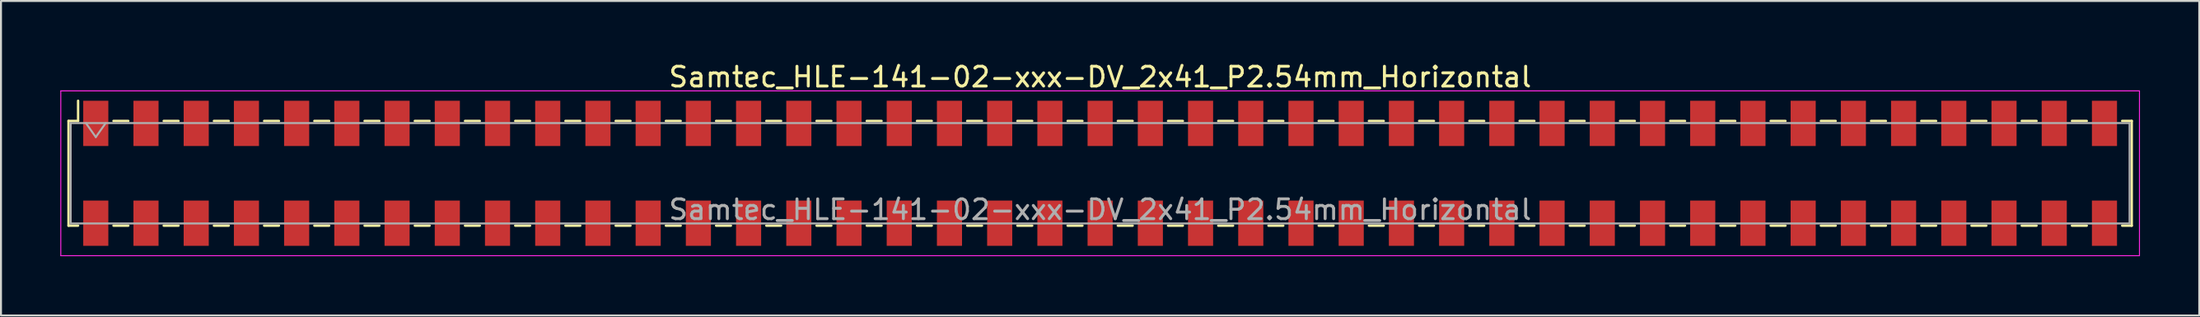
<source format=kicad_pcb>
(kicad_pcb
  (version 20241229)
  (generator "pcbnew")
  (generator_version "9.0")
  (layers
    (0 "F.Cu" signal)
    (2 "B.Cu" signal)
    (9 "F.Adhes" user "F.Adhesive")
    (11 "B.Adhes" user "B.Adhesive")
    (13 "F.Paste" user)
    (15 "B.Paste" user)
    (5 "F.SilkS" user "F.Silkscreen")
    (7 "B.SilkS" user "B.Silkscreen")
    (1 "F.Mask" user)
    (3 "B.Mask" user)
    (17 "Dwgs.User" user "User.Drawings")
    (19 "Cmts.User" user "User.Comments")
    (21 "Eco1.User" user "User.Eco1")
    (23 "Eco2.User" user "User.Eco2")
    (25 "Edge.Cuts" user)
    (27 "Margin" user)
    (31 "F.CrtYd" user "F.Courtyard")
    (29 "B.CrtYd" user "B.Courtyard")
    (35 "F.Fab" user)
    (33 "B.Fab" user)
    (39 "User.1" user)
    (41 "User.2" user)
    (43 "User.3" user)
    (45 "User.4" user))
  (footprint "Samtec_HLE-141-02-xxx-DV_2x41_P2.54mm_Horizontal"
    (layer "F.Cu")
    (at 52.595 5.718)
    (property "Reference" "Samtec_HLE-141-02-xxx-DV_2x41_P2.54mm_Horizontal" (at 0 -4.87 0) (layer "F.SilkS") (effects (font (size 1 1) (thickness 0.15))))
    (attr smd)
    (fp_line (start -52.18 -2.65) (end -52.18 2.65) (stroke (width 0.12) (type solid)) (layer "F.SilkS"))
    (fp_line (start -52.18 2.65) (end -51.695 2.65) (stroke (width 0.12) (type solid)) (layer "F.SilkS"))
    (fp_line (start -51.695 -3.67) (end -51.695 -2.65) (stroke (width 0.12) (type solid)) (layer "F.SilkS"))
    (fp_line (start -51.695 -2.65) (end -52.18 -2.65) (stroke (width 0.12) (type solid)) (layer "F.SilkS"))
    (fp_line (start -49.905 -2.65) (end -49.155 -2.65) (stroke (width 0.12) (type solid)) (layer "F.SilkS"))
    (fp_line (start -49.905 2.65) (end -49.155 2.65) (stroke (width 0.12) (type solid)) (layer "F.SilkS"))
    (fp_line (start -47.365 -2.65) (end -46.615 -2.65) (stroke (width 0.12) (type solid)) (layer "F.SilkS"))
    (fp_line (start -47.365 2.65) (end -46.615 2.65) (stroke (width 0.12) (type solid)) (layer "F.SilkS"))
    (fp_line (start -44.825 -2.65) (end -44.075 -2.65) (stroke (width 0.12) (type solid)) (layer "F.SilkS"))
    (fp_line (start -44.825 2.65) (end -44.075 2.65) (stroke (width 0.12) (type solid)) (layer "F.SilkS"))
    (fp_line (start -42.285 -2.65) (end -41.535 -2.65) (stroke (width 0.12) (type solid)) (layer "F.SilkS"))
    (fp_line (start -42.285 2.65) (end -41.535 2.65) (stroke (width 0.12) (type solid)) (layer "F.SilkS"))
    (fp_line (start -39.745 -2.65) (end -38.995 -2.65) (stroke (width 0.12) (type solid)) (layer "F.SilkS"))
    (fp_line (start -39.745 2.65) (end -38.995 2.65) (stroke (width 0.12) (type solid)) (layer "F.SilkS"))
    (fp_line (start -37.205 -2.65) (end -36.455 -2.65) (stroke (width 0.12) (type solid)) (layer "F.SilkS"))
    (fp_line (start -37.205 2.65) (end -36.455 2.65) (stroke (width 0.12) (type solid)) (layer "F.SilkS"))
    (fp_line (start -34.665 -2.65) (end -33.915 -2.65) (stroke (width 0.12) (type solid)) (layer "F.SilkS"))
    (fp_line (start -34.665 2.65) (end -33.915 2.65) (stroke (width 0.12) (type solid)) (layer "F.SilkS"))
    (fp_line (start -32.125 -2.65) (end -31.375 -2.65) (stroke (width 0.12) (type solid)) (layer "F.SilkS"))
    (fp_line (start -32.125 2.65) (end -31.375 2.65) (stroke (width 0.12) (type solid)) (layer "F.SilkS"))
    (fp_line (start -29.585 -2.65) (end -28.835 -2.65) (stroke (width 0.12) (type solid)) (layer "F.SilkS"))
    (fp_line (start -29.585 2.65) (end -28.835 2.65) (stroke (width 0.12) (type solid)) (layer "F.SilkS"))
    (fp_line (start -27.045 -2.65) (end -26.295 -2.65) (stroke (width 0.12) (type solid)) (layer "F.SilkS"))
    (fp_line (start -27.045 2.65) (end -26.295 2.65) (stroke (width 0.12) (type solid)) (layer "F.SilkS"))
    (fp_line (start -24.505 -2.65) (end -23.755 -2.65) (stroke (width 0.12) (type solid)) (layer "F.SilkS"))
    (fp_line (start -24.505 2.65) (end -23.755 2.65) (stroke (width 0.12) (type solid)) (layer "F.SilkS"))
    (fp_line (start -21.965 -2.65) (end -21.215 -2.65) (stroke (width 0.12) (type solid)) (layer "F.SilkS"))
    (fp_line (start -21.965 2.65) (end -21.215 2.65) (stroke (width 0.12) (type solid)) (layer "F.SilkS"))
    (fp_line (start -19.425 -2.65) (end -18.675 -2.65) (stroke (width 0.12) (type solid)) (layer "F.SilkS"))
    (fp_line (start -19.425 2.65) (end -18.675 2.65) (stroke (width 0.12) (type solid)) (layer "F.SilkS"))
    (fp_line (start -16.885 -2.65) (end -16.135 -2.65) (stroke (width 0.12) (type solid)) (layer "F.SilkS"))
    (fp_line (start -16.885 2.65) (end -16.135 2.65) (stroke (width 0.12) (type solid)) (layer "F.SilkS"))
    (fp_line (start -14.345 -2.65) (end -13.595 -2.65) (stroke (width 0.12) (type solid)) (layer "F.SilkS"))
    (fp_line (start -14.345 2.65) (end -13.595 2.65) (stroke (width 0.12) (type solid)) (layer "F.SilkS"))
    (fp_line (start -11.805 -2.65) (end -11.055 -2.65) (stroke (width 0.12) (type solid)) (layer "F.SilkS"))
    (fp_line (start -11.805 2.65) (end -11.055 2.65) (stroke (width 0.12) (type solid)) (layer "F.SilkS"))
    (fp_line (start -9.265 -2.65) (end -8.515 -2.65) (stroke (width 0.12) (type solid)) (layer "F.SilkS"))
    (fp_line (start -9.265 2.65) (end -8.515 2.65) (stroke (width 0.12) (type solid)) (layer "F.SilkS"))
    (fp_line (start -6.725 -2.65) (end -5.975 -2.65) (stroke (width 0.12) (type solid)) (layer "F.SilkS"))
    (fp_line (start -6.725 2.65) (end -5.975 2.65) (stroke (width 0.12) (type solid)) (layer "F.SilkS"))
    (fp_line (start -4.185 -2.65) (end -3.435 -2.65) (stroke (width 0.12) (type solid)) (layer "F.SilkS"))
    (fp_line (start -4.185 2.65) (end -3.435 2.65) (stroke (width 0.12) (type solid)) (layer "F.SilkS"))
    (fp_line (start -1.645 -2.65) (end -0.895 -2.65) (stroke (width 0.12) (type solid)) (layer "F.SilkS"))
    (fp_line (start -1.645 2.65) (end -0.895 2.65) (stroke (width 0.12) (type solid)) (layer "F.SilkS"))
    (fp_line (start 0.895 -2.65) (end 1.645 -2.65) (stroke (width 0.12) (type solid)) (layer "F.SilkS"))
    (fp_line (start 0.895 2.65) (end 1.645 2.65) (stroke (width 0.12) (type solid)) (layer "F.SilkS"))
    (fp_line (start 3.435 -2.65) (end 4.185 -2.65) (stroke (width 0.12) (type solid)) (layer "F.SilkS"))
    (fp_line (start 3.435 2.65) (end 4.185 2.65) (stroke (width 0.12) (type solid)) (layer "F.SilkS"))
    (fp_line (start 5.975 -2.65) (end 6.725 -2.65) (stroke (width 0.12) (type solid)) (layer "F.SilkS"))
    (fp_line (start 5.975 2.65) (end 6.725 2.65) (stroke (width 0.12) (type solid)) (layer "F.SilkS"))
    (fp_line (start 8.515 -2.65) (end 9.265 -2.65) (stroke (width 0.12) (type solid)) (layer "F.SilkS"))
    (fp_line (start 8.515 2.65) (end 9.265 2.65) (stroke (width 0.12) (type solid)) (layer "F.SilkS"))
    (fp_line (start 11.055 -2.65) (end 11.805 -2.65) (stroke (width 0.12) (type solid)) (layer "F.SilkS"))
    (fp_line (start 11.055 2.65) (end 11.805 2.65) (stroke (width 0.12) (type solid)) (layer "F.SilkS"))
    (fp_line (start 13.595 -2.65) (end 14.345 -2.65) (stroke (width 0.12) (type solid)) (layer "F.SilkS"))
    (fp_line (start 13.595 2.65) (end 14.345 2.65) (stroke (width 0.12) (type solid)) (layer "F.SilkS"))
    (fp_line (start 16.135 -2.65) (end 16.885 -2.65) (stroke (width 0.12) (type solid)) (layer "F.SilkS"))
    (fp_line (start 16.135 2.65) (end 16.885 2.65) (stroke (width 0.12) (type solid)) (layer "F.SilkS"))
    (fp_line (start 18.675 -2.65) (end 19.425 -2.65) (stroke (width 0.12) (type solid)) (layer "F.SilkS"))
    (fp_line (start 18.675 2.65) (end 19.425 2.65) (stroke (width 0.12) (type solid)) (layer "F.SilkS"))
    (fp_line (start 21.215 -2.65) (end 21.965 -2.65) (stroke (width 0.12) (type solid)) (layer "F.SilkS"))
    (fp_line (start 21.215 2.65) (end 21.965 2.65) (stroke (width 0.12) (type solid)) (layer "F.SilkS"))
    (fp_line (start 23.755 -2.65) (end 24.505 -2.65) (stroke (width 0.12) (type solid)) (layer "F.SilkS"))
    (fp_line (start 23.755 2.65) (end 24.505 2.65) (stroke (width 0.12) (type solid)) (layer "F.SilkS"))
    (fp_line (start 26.295 -2.65) (end 27.045 -2.65) (stroke (width 0.12) (type solid)) (layer "F.SilkS"))
    (fp_line (start 26.295 2.65) (end 27.045 2.65) (stroke (width 0.12) (type solid)) (layer "F.SilkS"))
    (fp_line (start 28.835 -2.65) (end 29.585 -2.65) (stroke (width 0.12) (type solid)) (layer "F.SilkS"))
    (fp_line (start 28.835 2.65) (end 29.585 2.65) (stroke (width 0.12) (type solid)) (layer "F.SilkS"))
    (fp_line (start 31.375 -2.65) (end 32.125 -2.65) (stroke (width 0.12) (type solid)) (layer "F.SilkS"))
    (fp_line (start 31.375 2.65) (end 32.125 2.65) (stroke (width 0.12) (type solid)) (layer "F.SilkS"))
    (fp_line (start 33.915 -2.65) (end 34.665 -2.65) (stroke (width 0.12) (type solid)) (layer "F.SilkS"))
    (fp_line (start 33.915 2.65) (end 34.665 2.65) (stroke (width 0.12) (type solid)) (layer "F.SilkS"))
    (fp_line (start 36.455 -2.65) (end 37.205 -2.65) (stroke (width 0.12) (type solid)) (layer "F.SilkS"))
    (fp_line (start 36.455 2.65) (end 37.205 2.65) (stroke (width 0.12) (type solid)) (layer "F.SilkS"))
    (fp_line (start 38.995 -2.65) (end 39.745 -2.65) (stroke (width 0.12) (type solid)) (layer "F.SilkS"))
    (fp_line (start 38.995 2.65) (end 39.745 2.65) (stroke (width 0.12) (type solid)) (layer "F.SilkS"))
    (fp_line (start 41.535 -2.65) (end 42.285 -2.65) (stroke (width 0.12) (type solid)) (layer "F.SilkS"))
    (fp_line (start 41.535 2.65) (end 42.285 2.65) (stroke (width 0.12) (type solid)) (layer "F.SilkS"))
    (fp_line (start 44.075 -2.65) (end 44.825 -2.65) (stroke (width 0.12) (type solid)) (layer "F.SilkS"))
    (fp_line (start 44.075 2.65) (end 44.825 2.65) (stroke (width 0.12) (type solid)) (layer "F.SilkS"))
    (fp_line (start 46.615 -2.65) (end 47.365 -2.65) (stroke (width 0.12) (type solid)) (layer "F.SilkS"))
    (fp_line (start 46.615 2.65) (end 47.365 2.65) (stroke (width 0.12) (type solid)) (layer "F.SilkS"))
    (fp_line (start 49.155 -2.65) (end 49.905 -2.65) (stroke (width 0.12) (type solid)) (layer "F.SilkS"))
    (fp_line (start 49.155 2.65) (end 49.905 2.65) (stroke (width 0.12) (type solid)) (layer "F.SilkS"))
    (fp_line (start 51.695 -2.65) (end 52.18 -2.65) (stroke (width 0.12) (type solid)) (layer "F.SilkS"))
    (fp_line (start 52.18 -2.65) (end 52.18 2.65) (stroke (width 0.12) (type solid)) (layer "F.SilkS"))
    (fp_line (start 52.18 2.65) (end 51.695 2.65) (stroke (width 0.12) (type solid)) (layer "F.SilkS"))
    (fp_line (start -52.57 -4.17) (end 52.57 -4.17) (stroke (width 0.05) (type solid)) (layer "F.CrtYd"))
    (fp_line (start -52.57 4.17) (end -52.57 -4.17) (stroke (width 0.05) (type solid)) (layer "F.CrtYd"))
    (fp_line (start 52.57 -4.17) (end 52.57 4.17) (stroke (width 0.05) (type solid)) (layer "F.CrtYd"))
    (fp_line (start 52.57 4.17) (end -52.57 4.17) (stroke (width 0.05) (type solid)) (layer "F.CrtYd"))
    (fp_line (start -52.07 -2.54) (end 52.07 -2.54) (stroke (width 0.1) (type solid)) (layer "F.Fab"))
    (fp_line (start -52.07 2.54) (end -52.07 -2.54) (stroke (width 0.1) (type solid)) (layer "F.Fab"))
    (fp_line (start -51.3 -2.54) (end -50.8 -1.833) (stroke (width 0.1) (type solid)) (layer "F.Fab"))
    (fp_line (start -50.8 -1.833) (end -50.3 -2.54) (stroke (width 0.1) (type solid)) (layer "F.Fab"))
    (fp_line (start 52.07 -2.54) (end 52.07 2.54) (stroke (width 0.1) (type solid)) (layer "F.Fab"))
    (fp_line (start 52.07 2.54) (end -52.07 2.54) (stroke (width 0.1) (type solid)) (layer "F.Fab"))
    (fp_text user "${REFERENCE}" (at 0 1.84 0) (layer "F.Fab") (effects (font (size 1 1) (thickness 0.15))))
    (pad "1" smd rect (at -50.8 -2.525) (size 1.27 2.29) (layers "F.Cu" "F.Mask" "F.Paste"))
    (pad "2" smd rect (at -50.8 2.525) (size 1.27 2.29) (layers "F.Cu" "F.Mask" "F.Paste"))
    (pad "3" smd rect (at -48.26 -2.525) (size 1.27 2.29) (layers "F.Cu" "F.Mask" "F.Paste"))
    (pad "4" smd rect (at -48.26 2.525) (size 1.27 2.29) (layers "F.Cu" "F.Mask" "F.Paste"))
    (pad "5" smd rect (at -45.72 -2.525) (size 1.27 2.29) (layers "F.Cu" "F.Mask" "F.Paste"))
    (pad "6" smd rect (at -45.72 2.525) (size 1.27 2.29) (layers "F.Cu" "F.Mask" "F.Paste"))
    (pad "7" smd rect (at -43.18 -2.525) (size 1.27 2.29) (layers "F.Cu" "F.Mask" "F.Paste"))
    (pad "8" smd rect (at -43.18 2.525) (size 1.27 2.29) (layers "F.Cu" "F.Mask" "F.Paste"))
    (pad "9" smd rect (at -40.64 -2.525) (size 1.27 2.29) (layers "F.Cu" "F.Mask" "F.Paste"))
    (pad "10" smd rect (at -40.64 2.525) (size 1.27 2.29) (layers "F.Cu" "F.Mask" "F.Paste"))
    (pad "11" smd rect (at -38.1 -2.525) (size 1.27 2.29) (layers "F.Cu" "F.Mask" "F.Paste"))
    (pad "12" smd rect (at -38.1 2.525) (size 1.27 2.29) (layers "F.Cu" "F.Mask" "F.Paste"))
    (pad "13" smd rect (at -35.56 -2.525) (size 1.27 2.29) (layers "F.Cu" "F.Mask" "F.Paste"))
    (pad "14" smd rect (at -35.56 2.525) (size 1.27 2.29) (layers "F.Cu" "F.Mask" "F.Paste"))
    (pad "15" smd rect (at -33.02 -2.525) (size 1.27 2.29) (layers "F.Cu" "F.Mask" "F.Paste"))
    (pad "16" smd rect (at -33.02 2.525) (size 1.27 2.29) (layers "F.Cu" "F.Mask" "F.Paste"))
    (pad "17" smd rect (at -30.48 -2.525) (size 1.27 2.29) (layers "F.Cu" "F.Mask" "F.Paste"))
    (pad "18" smd rect (at -30.48 2.525) (size 1.27 2.29) (layers "F.Cu" "F.Mask" "F.Paste"))
    (pad "19" smd rect (at -27.94 -2.525) (size 1.27 2.29) (layers "F.Cu" "F.Mask" "F.Paste"))
    (pad "20" smd rect (at -27.94 2.525) (size 1.27 2.29) (layers "F.Cu" "F.Mask" "F.Paste"))
    (pad "21" smd rect (at -25.4 -2.525) (size 1.27 2.29) (layers "F.Cu" "F.Mask" "F.Paste"))
    (pad "22" smd rect (at -25.4 2.525) (size 1.27 2.29) (layers "F.Cu" "F.Mask" "F.Paste"))
    (pad "23" smd rect (at -22.86 -2.525) (size 1.27 2.29) (layers "F.Cu" "F.Mask" "F.Paste"))
    (pad "24" smd rect (at -22.86 2.525) (size 1.27 2.29) (layers "F.Cu" "F.Mask" "F.Paste"))
    (pad "25" smd rect (at -20.32 -2.525) (size 1.27 2.29) (layers "F.Cu" "F.Mask" "F.Paste"))
    (pad "26" smd rect (at -20.32 2.525) (size 1.27 2.29) (layers "F.Cu" "F.Mask" "F.Paste"))
    (pad "27" smd rect (at -17.78 -2.525) (size 1.27 2.29) (layers "F.Cu" "F.Mask" "F.Paste"))
    (pad "28" smd rect (at -17.78 2.525) (size 1.27 2.29) (layers "F.Cu" "F.Mask" "F.Paste"))
    (pad "29" smd rect (at -15.24 -2.525) (size 1.27 2.29) (layers "F.Cu" "F.Mask" "F.Paste"))
    (pad "30" smd rect (at -15.24 2.525) (size 1.27 2.29) (layers "F.Cu" "F.Mask" "F.Paste"))
    (pad "31" smd rect (at -12.7 -2.525) (size 1.27 2.29) (layers "F.Cu" "F.Mask" "F.Paste"))
    (pad "32" smd rect (at -12.7 2.525) (size 1.27 2.29) (layers "F.Cu" "F.Mask" "F.Paste"))
    (pad "33" smd rect (at -10.16 -2.525) (size 1.27 2.29) (layers "F.Cu" "F.Mask" "F.Paste"))
    (pad "34" smd rect (at -10.16 2.525) (size 1.27 2.29) (layers "F.Cu" "F.Mask" "F.Paste"))
    (pad "35" smd rect (at -7.62 -2.525) (size 1.27 2.29) (layers "F.Cu" "F.Mask" "F.Paste"))
    (pad "36" smd rect (at -7.62 2.525) (size 1.27 2.29) (layers "F.Cu" "F.Mask" "F.Paste"))
    (pad "37" smd rect (at -5.08 -2.525) (size 1.27 2.29) (layers "F.Cu" "F.Mask" "F.Paste"))
    (pad "38" smd rect (at -5.08 2.525) (size 1.27 2.29) (layers "F.Cu" "F.Mask" "F.Paste"))
    (pad "39" smd rect (at -2.54 -2.525) (size 1.27 2.29) (layers "F.Cu" "F.Mask" "F.Paste"))
    (pad "40" smd rect (at -2.54 2.525) (size 1.27 2.29) (layers "F.Cu" "F.Mask" "F.Paste"))
    (pad "41" smd rect (at 0 -2.525) (size 1.27 2.29) (layers "F.Cu" "F.Mask" "F.Paste"))
    (pad "42" smd rect (at 0 2.525) (size 1.27 2.29) (layers "F.Cu" "F.Mask" "F.Paste"))
    (pad "43" smd rect (at 2.54 -2.525) (size 1.27 2.29) (layers "F.Cu" "F.Mask" "F.Paste"))
    (pad "44" smd rect (at 2.54 2.525) (size 1.27 2.29) (layers "F.Cu" "F.Mask" "F.Paste"))
    (pad "45" smd rect (at 5.08 -2.525) (size 1.27 2.29) (layers "F.Cu" "F.Mask" "F.Paste"))
    (pad "46" smd rect (at 5.08 2.525) (size 1.27 2.29) (layers "F.Cu" "F.Mask" "F.Paste"))
    (pad "47" smd rect (at 7.62 -2.525) (size 1.27 2.29) (layers "F.Cu" "F.Mask" "F.Paste"))
    (pad "48" smd rect (at 7.62 2.525) (size 1.27 2.29) (layers "F.Cu" "F.Mask" "F.Paste"))
    (pad "49" smd rect (at 10.16 -2.525) (size 1.27 2.29) (layers "F.Cu" "F.Mask" "F.Paste"))
    (pad "50" smd rect (at 10.16 2.525) (size 1.27 2.29) (layers "F.Cu" "F.Mask" "F.Paste"))
    (pad "51" smd rect (at 12.7 -2.525) (size 1.27 2.29) (layers "F.Cu" "F.Mask" "F.Paste"))
    (pad "52" smd rect (at 12.7 2.525) (size 1.27 2.29) (layers "F.Cu" "F.Mask" "F.Paste"))
    (pad "53" smd rect (at 15.24 -2.525) (size 1.27 2.29) (layers "F.Cu" "F.Mask" "F.Paste"))
    (pad "54" smd rect (at 15.24 2.525) (size 1.27 2.29) (layers "F.Cu" "F.Mask" "F.Paste"))
    (pad "55" smd rect (at 17.78 -2.525) (size 1.27 2.29) (layers "F.Cu" "F.Mask" "F.Paste"))
    (pad "56" smd rect (at 17.78 2.525) (size 1.27 2.29) (layers "F.Cu" "F.Mask" "F.Paste"))
    (pad "57" smd rect (at 20.32 -2.525) (size 1.27 2.29) (layers "F.Cu" "F.Mask" "F.Paste"))
    (pad "58" smd rect (at 20.32 2.525) (size 1.27 2.29) (layers "F.Cu" "F.Mask" "F.Paste"))
    (pad "59" smd rect (at 22.86 -2.525) (size 1.27 2.29) (layers "F.Cu" "F.Mask" "F.Paste"))
    (pad "60" smd rect (at 22.86 2.525) (size 1.27 2.29) (layers "F.Cu" "F.Mask" "F.Paste"))
    (pad "61" smd rect (at 25.4 -2.525) (size 1.27 2.29) (layers "F.Cu" "F.Mask" "F.Paste"))
    (pad "62" smd rect (at 25.4 2.525) (size 1.27 2.29) (layers "F.Cu" "F.Mask" "F.Paste"))
    (pad "63" smd rect (at 27.94 -2.525) (size 1.27 2.29) (layers "F.Cu" "F.Mask" "F.Paste"))
    (pad "64" smd rect (at 27.94 2.525) (size 1.27 2.29) (layers "F.Cu" "F.Mask" "F.Paste"))
    (pad "65" smd rect (at 30.48 -2.525) (size 1.27 2.29) (layers "F.Cu" "F.Mask" "F.Paste"))
    (pad "66" smd rect (at 30.48 2.525) (size 1.27 2.29) (layers "F.Cu" "F.Mask" "F.Paste"))
    (pad "67" smd rect (at 33.02 -2.525) (size 1.27 2.29) (layers "F.Cu" "F.Mask" "F.Paste"))
    (pad "68" smd rect (at 33.02 2.525) (size 1.27 2.29) (layers "F.Cu" "F.Mask" "F.Paste"))
    (pad "69" smd rect (at 35.56 -2.525) (size 1.27 2.29) (layers "F.Cu" "F.Mask" "F.Paste"))
    (pad "70" smd rect (at 35.56 2.525) (size 1.27 2.29) (layers "F.Cu" "F.Mask" "F.Paste"))
    (pad "71" smd rect (at 38.1 -2.525) (size 1.27 2.29) (layers "F.Cu" "F.Mask" "F.Paste"))
    (pad "72" smd rect (at 38.1 2.525) (size 1.27 2.29) (layers "F.Cu" "F.Mask" "F.Paste"))
    (pad "73" smd rect (at 40.64 -2.525) (size 1.27 2.29) (layers "F.Cu" "F.Mask" "F.Paste"))
    (pad "74" smd rect (at 40.64 2.525) (size 1.27 2.29) (layers "F.Cu" "F.Mask" "F.Paste"))
    (pad "75" smd rect (at 43.18 -2.525) (size 1.27 2.29) (layers "F.Cu" "F.Mask" "F.Paste"))
    (pad "76" smd rect (at 43.18 2.525) (size 1.27 2.29) (layers "F.Cu" "F.Mask" "F.Paste"))
    (pad "77" smd rect (at 45.72 -2.525) (size 1.27 2.29) (layers "F.Cu" "F.Mask" "F.Paste"))
    (pad "78" smd rect (at 45.72 2.525) (size 1.27 2.29) (layers "F.Cu" "F.Mask" "F.Paste"))
    (pad "79" smd rect (at 48.26 -2.525) (size 1.27 2.29) (layers "F.Cu" "F.Mask" "F.Paste"))
    (pad "80" smd rect (at 48.26 2.525) (size 1.27 2.29) (layers "F.Cu" "F.Mask" "F.Paste"))
    (pad "81" smd rect (at 50.8 -2.525) (size 1.27 2.29) (layers "F.Cu" "F.Mask" "F.Paste"))
    (pad "82" smd rect (at 50.8 2.525) (size 1.27 2.29) (layers "F.Cu" "F.Mask" "F.Paste")))
  (gr_rect
    (start -3 -3)
    (end 108.19 12.913)
    (stroke (width 0.1) (type default))
    (fill no)
    (layer "Edge.Cuts")))
</source>
